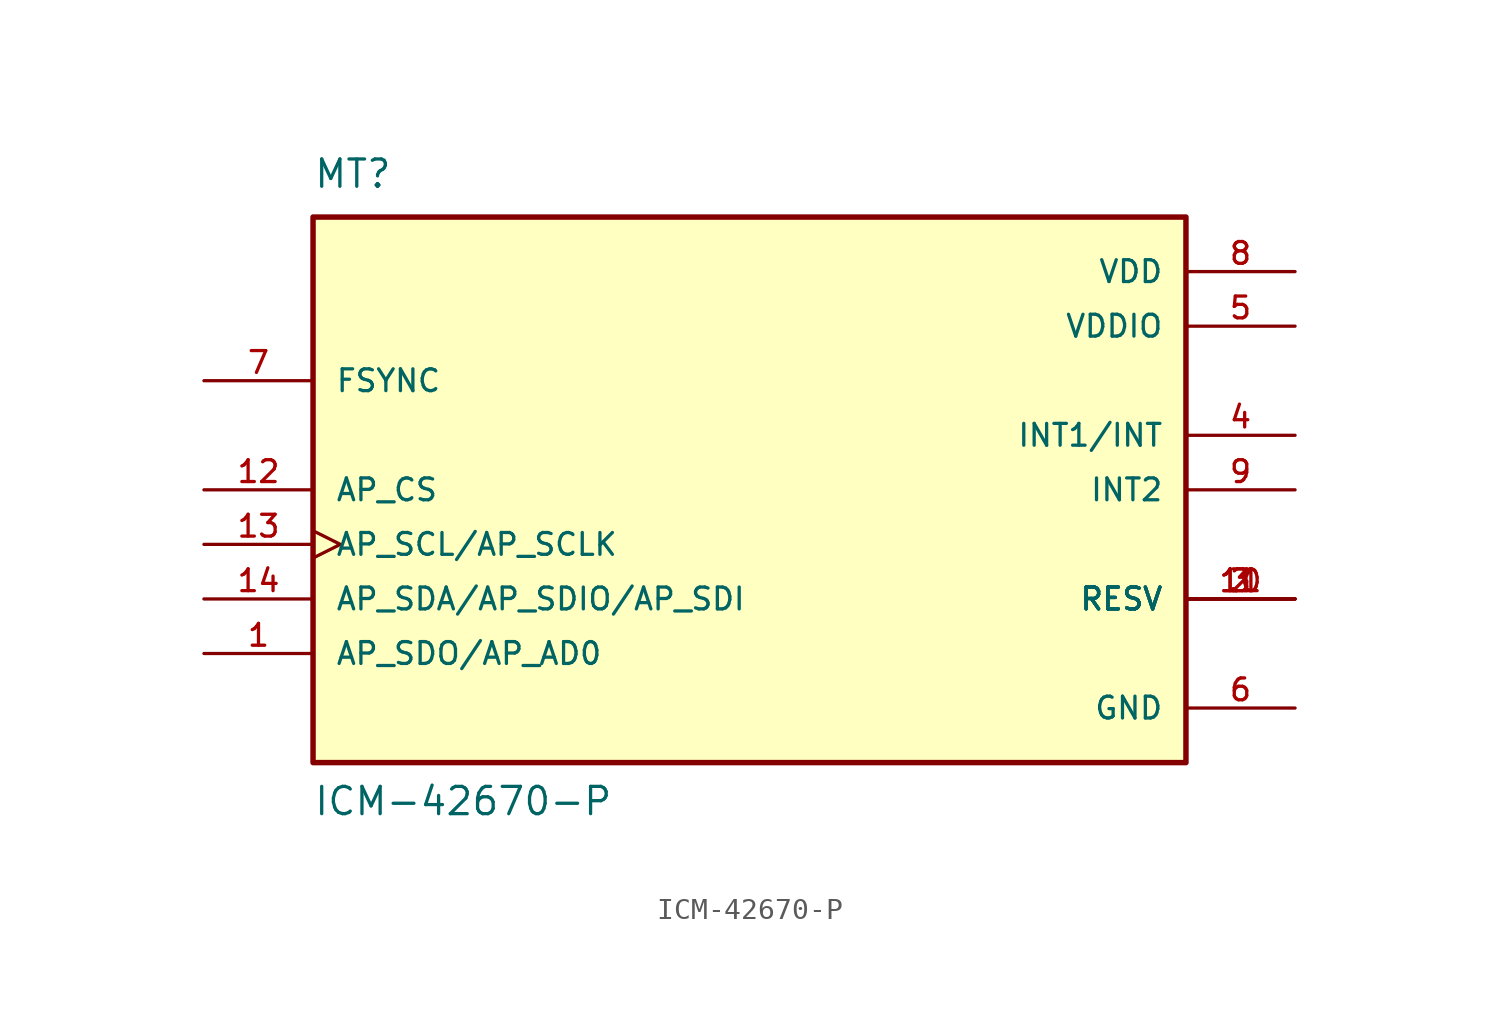
<source format=kicad_sym>
(kicad_symbol_lib
  (version 20211014)
  (generator kicad_symbol_editor)
  (symbol "ICM-42670-P"
    (pin_names
      (offset 1.016))
    (property "Reference" "MT"
      (at -20.32 13.97 0)
      (effects (font (size 1.27 1.27)) (justify bottom left)))
    (property "Value" "ICM-42670-P"
      (at -20.32 -15.24 0)
      (effects (font (size 1.27 1.27)) (justify bottom left)))
    (symbol "ICM-42670-P_0_0"
      (rectangle (start -20.32 -12.7) (end 20.32 12.7) (stroke (width 0.254)) (fill (type background)))
      (pin power_in line (at 25.4 7.62 180.0) (length 5.08) (name "VDDIO" (effects (font (size 1.016 1.016)))) (number "5" (effects (font (size 1.016 1.016)))))
      (pin power_in line (at 25.4 -10.16 180.0) (length 5.08) (name "GND" (effects (font (size 1.016 1.016)))) (number "6" (effects (font (size 1.016 1.016)))))
      (pin power_in line (at 25.4 10.16 180.0) (length 5.08) (name "VDD" (effects (font (size 1.016 1.016)))) (number "8" (effects (font (size 1.016 1.016)))))
      (pin passive line (at 25.4 -5.08 180.0) (length 5.08) (name "RESV" (effects (font (size 1.016 1.016)))) (number "2" (effects (font (size 1.016 1.016)))))
      (pin passive line (at 25.4 -5.08 180.0) (length 5.08) (name "RESV" (effects (font (size 1.016 1.016)))) (number "3" (effects (font (size 1.016 1.016)))))
      (pin passive line (at 25.4 -5.08 180.0) (length 5.08) (name "RESV" (effects (font (size 1.016 1.016)))) (number "10" (effects (font (size 1.016 1.016)))))
      (pin passive line (at 25.4 -5.08 180.0) (length 5.08) (name "RESV" (effects (font (size 1.016 1.016)))) (number "11" (effects (font (size 1.016 1.016)))))
      (pin bidirectional line (at -25.4 -7.62 0) (length 5.08) (name "AP_SDO/AP_AD0" (effects (font (size 1.016 1.016)))) (number "1" (effects (font (size 1.016 1.016)))))
      (pin output line (at 25.4 2.54 180.0) (length 5.08) (name "INT1/INT" (effects (font (size 1.016 1.016)))) (number "4" (effects (font (size 1.016 1.016)))))
      (pin output line (at 25.4 0.0 180.0) (length 5.08) (name "INT2" (effects (font (size 1.016 1.016)))) (number "9" (effects (font (size 1.016 1.016)))))
      (pin input line (at -25.4 0.0 0) (length 5.08) (name "AP_CS" (effects (font (size 1.016 1.016)))) (number "12" (effects (font (size 1.016 1.016)))))
      (pin input clock (at -25.4 -2.54 0) (length 5.08) (name "AP_SCL/AP_SCLK" (effects (font (size 1.016 1.016)))) (number "13" (effects (font (size 1.016 1.016)))))
      (pin bidirectional line (at -25.4 -5.08 0) (length 5.08) (name "AP_SDA/AP_SDIO/AP_SDI" (effects (font (size 1.016 1.016)))) (number "14" (effects (font (size 1.016 1.016)))))
      (pin input line (at -25.4 5.08 0) (length 5.08) (name "FSYNC" (effects (font (size 1.016 1.016)))) (number "7" (effects (font (size 1.016 1.016))))))))
</source>
